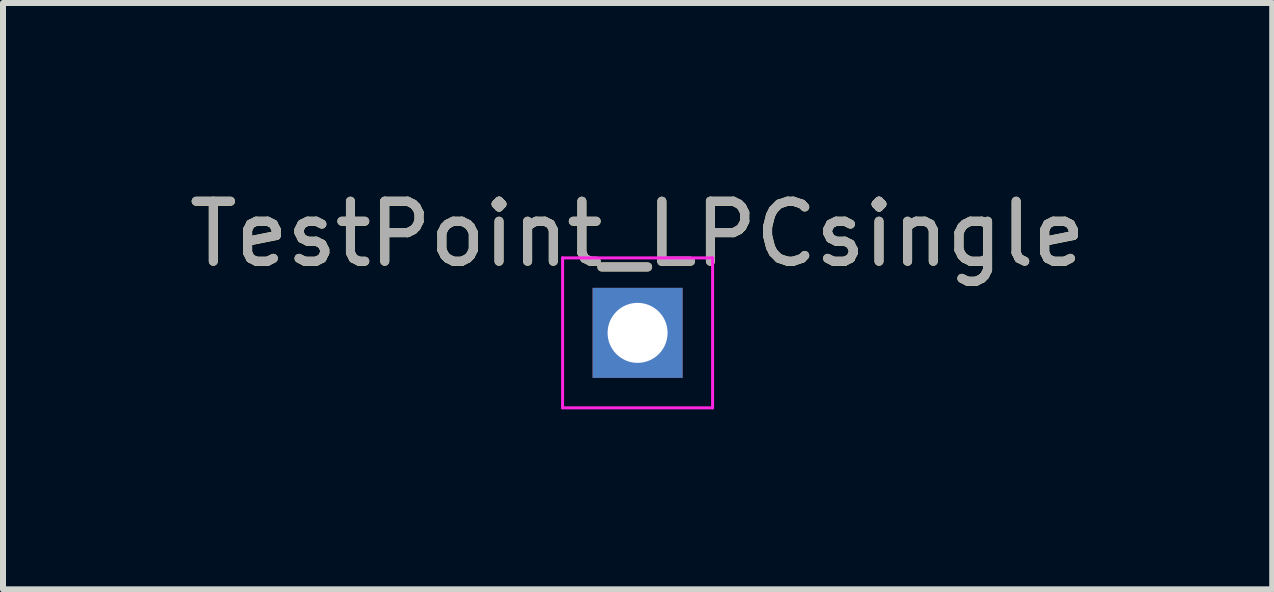
<source format=kicad_pcb>
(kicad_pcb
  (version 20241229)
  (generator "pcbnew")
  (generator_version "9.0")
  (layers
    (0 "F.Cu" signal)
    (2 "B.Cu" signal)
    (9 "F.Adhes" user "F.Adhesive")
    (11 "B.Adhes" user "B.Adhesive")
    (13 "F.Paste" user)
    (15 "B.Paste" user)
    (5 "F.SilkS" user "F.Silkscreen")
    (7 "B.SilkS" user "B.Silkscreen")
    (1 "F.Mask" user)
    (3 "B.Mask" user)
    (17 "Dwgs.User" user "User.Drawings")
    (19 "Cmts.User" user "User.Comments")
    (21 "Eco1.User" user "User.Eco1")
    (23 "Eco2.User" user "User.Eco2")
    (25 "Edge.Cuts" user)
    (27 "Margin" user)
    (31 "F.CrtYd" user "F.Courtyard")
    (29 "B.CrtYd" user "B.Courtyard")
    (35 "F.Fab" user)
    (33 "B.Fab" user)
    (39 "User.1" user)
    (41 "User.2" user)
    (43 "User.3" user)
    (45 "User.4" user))
  (footprint "TestPoint_LPCsingle"
    (layer "F.Cu")
    (at 7.577 2.498)
    (property "Reference" "TestPoint_LPCsingle" (at 0 -1.648 0) (layer "F.SilkS") (effects (font (size 1 1) (thickness 0.15))))
    (attr exclude_from_pos_files exclude_from_bom)
    (fp_line (start -1.25 -1.25) (end -1.25 1.25) (stroke (width 0.05) (type solid)) (layer "F.CrtYd"))
    (fp_line (start -1.25 -1.25) (end 1.25 -1.25) (stroke (width 0.05) (type solid)) (layer "F.CrtYd"))
    (fp_line (start 1.25 1.25) (end -1.25 1.25) (stroke (width 0.05) (type solid)) (layer "F.CrtYd"))
    (fp_line (start 1.25 1.25) (end 1.25 -1.25) (stroke (width 0.05) (type solid)) (layer "F.CrtYd"))
    (fp_text user "${REFERENCE}" (at 0 -1.65 0) (layer "F.Fab") (effects (font (size 1 1) (thickness 0.15))))
    (pad "1" thru_hole rect (at 0 0) (size 1.5 1.5) (drill 1) (property pad_prop_castellated) (layers "*.Cu" "*.Mask")))
  (gr_rect
    (start -3 -3)
    (end 18.155 6.773)
    (stroke (width 0.1) (type default))
    (fill no)
    (layer "Edge.Cuts")))
</source>
